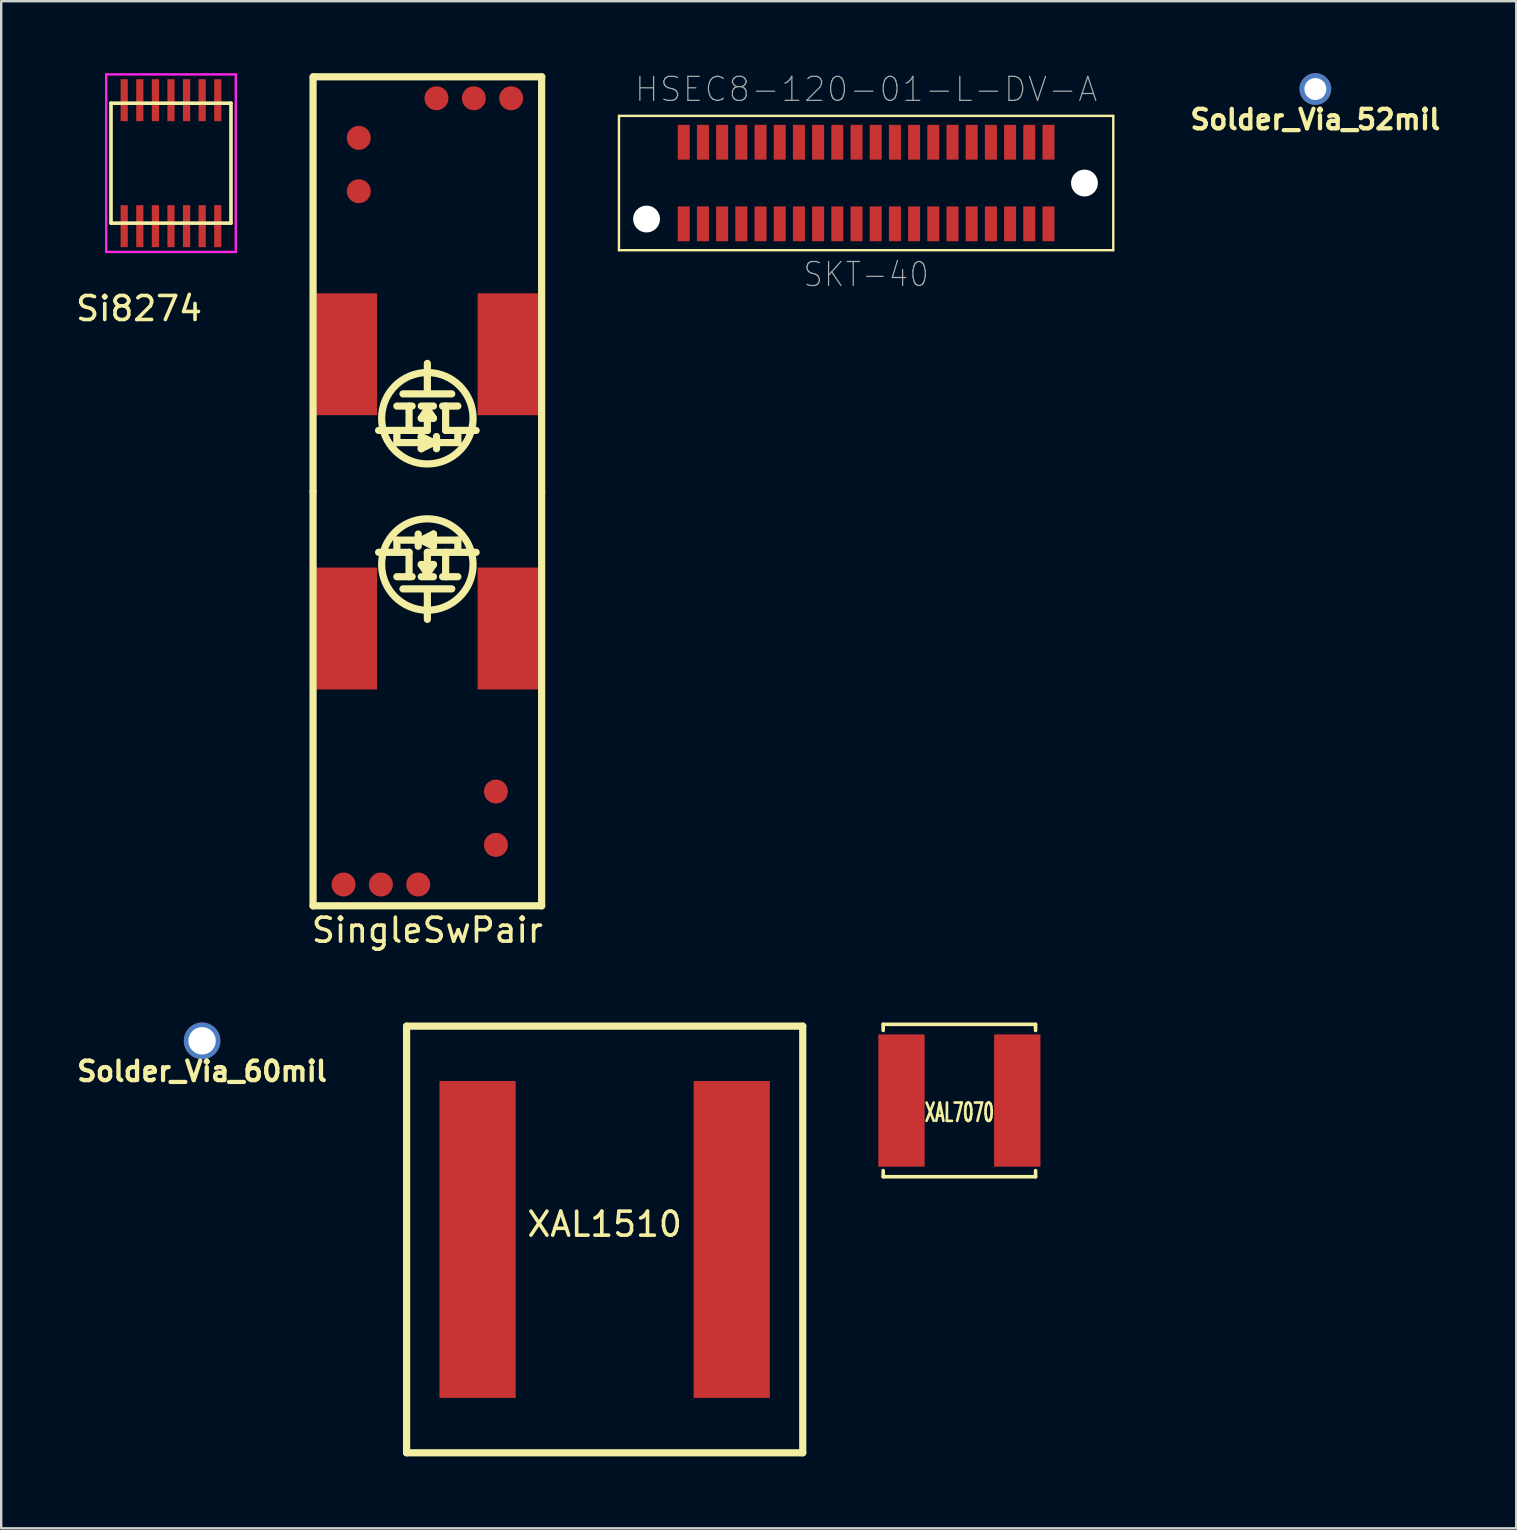
<source format=kicad_pcb>
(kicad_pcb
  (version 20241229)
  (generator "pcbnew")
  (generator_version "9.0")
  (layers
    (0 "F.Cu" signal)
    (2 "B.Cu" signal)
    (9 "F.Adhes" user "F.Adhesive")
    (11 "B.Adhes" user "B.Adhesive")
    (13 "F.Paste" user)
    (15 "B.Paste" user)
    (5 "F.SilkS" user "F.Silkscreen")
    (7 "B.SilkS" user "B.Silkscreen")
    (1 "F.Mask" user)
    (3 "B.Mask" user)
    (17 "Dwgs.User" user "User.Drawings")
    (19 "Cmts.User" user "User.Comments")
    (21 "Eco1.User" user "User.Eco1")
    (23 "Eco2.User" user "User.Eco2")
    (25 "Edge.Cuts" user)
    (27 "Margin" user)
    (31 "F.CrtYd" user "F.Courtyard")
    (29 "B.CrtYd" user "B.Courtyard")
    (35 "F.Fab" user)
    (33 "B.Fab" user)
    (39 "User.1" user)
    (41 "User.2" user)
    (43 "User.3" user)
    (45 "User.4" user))
  (footprint "Si8274"
    (layer "F.Cu")
    (at 1.576 1.25)
    (property "Reference" "Si8274" (at 1.168 8.56 0) (layer "F.SilkS") (effects (font (size 1 1) (thickness 0.15))))
    (attr through_hole)
    (fp_line (start 0 0) (end 0 5) (stroke (width 0.15) (type solid)) (layer "F.SilkS"))
    (fp_line (start 0 0) (end 5 0) (stroke (width 0.15) (type solid)) (layer "F.SilkS"))
    (fp_line (start 0 5) (end 5 5) (stroke (width 0.15) (type solid)) (layer "F.SilkS"))
    (fp_line (start 5 0) (end 5 5) (stroke (width 0.15) (type solid)) (layer "F.SilkS"))
    (fp_line (start -0.2 -1.2) (end -0.2 6.2) (stroke (width 0.1) (type solid)) (layer "F.CrtYd"))
    (fp_line (start -0.2 -1.2) (end 5.2 -1.2) (stroke (width 0.1) (type solid)) (layer "F.CrtYd"))
    (fp_line (start -0.2 6.2) (end 5.2 6.2) (stroke (width 0.1) (type solid)) (layer "F.CrtYd"))
    (fp_line (start 5.2 -1.2) (end 5.2 6.2) (stroke (width 0.1) (type solid)) (layer "F.CrtYd"))
    (pad "1" smd rect (at 0.55 5.125) (size 0.3 1.75) (layers "F.Cu" "F.Mask" "F.Paste"))
    (pad "2" smd rect (at 1.2 5.125) (size 0.3 1.75) (layers "F.Cu" "F.Mask" "F.Paste"))
    (pad "3" smd rect (at 1.85 5.125) (size 0.3 1.75) (layers "F.Cu" "F.Mask" "F.Paste"))
    (pad "4" smd rect (at 2.5 5.125) (size 0.3 1.75) (layers "F.Cu" "F.Mask" "F.Paste"))
    (pad "5" smd rect (at 3.15 5.125) (size 0.3 1.75) (layers "F.Cu" "F.Mask" "F.Paste"))
    (pad "6" smd rect (at 3.8 5.125) (size 0.3 1.75) (layers "F.Cu" "F.Mask" "F.Paste"))
    (pad "7" smd rect (at 4.45 5.125) (size 0.3 1.75) (layers "F.Cu" "F.Mask" "F.Paste"))
    (pad "8" smd rect (at 4.45 -0.125) (size 0.3 1.75) (layers "F.Cu" "F.Mask" "F.Paste"))
    (pad "9" smd rect (at 3.8 -0.125) (size 0.3 1.75) (layers "F.Cu" "F.Mask" "F.Paste"))
    (pad "10" smd rect (at 3.15 -0.125) (size 0.3 1.75) (layers "F.Cu" "F.Mask" "F.Paste"))
    (pad "11" smd rect (at 2.5 -0.125) (size 0.3 1.75) (layers "F.Cu" "F.Mask" "F.Paste"))
    (pad "12" smd rect (at 1.85 -0.125) (size 0.3 1.75) (layers "F.Cu" "F.Mask" "F.Paste"))
    (pad "13" smd rect (at 1.2 -0.125) (size 0.3 1.75) (layers "F.Cu" "F.Mask" "F.Paste"))
    (pad "14" smd rect (at 0.55 -0.125) (size 0.3 1.75) (layers "F.Cu" "F.Mask" "F.Paste")))
  (footprint "Solder_Via_60mil"
    (layer "F.Cu")
    (at 5.372 40.326)
    (property "Reference" "Solder_Via_60mil" (at 0 1.27 0) (layer "F.SilkS") (effects (font (size 0.813 0.813) (thickness 0.178))))
    (attr through_hole)
    (pad "1" thru_hole circle (at 0 0) (size 1.524 1.524) (drill 1.143) (layers "*.Cu" "*.Mask")))
  (footprint "Solder_Via_52mil"
    (layer "F.Cu")
    (at 51.767 0.66)
    (property "Reference" "Solder_Via_52mil" (at 0 1.27 0) (layer "F.SilkS") (effects (font (size 0.813 0.813) (thickness 0.178))))
    (attr through_hole)
    (pad "1" thru_hole circle (at 0 0) (size 1.321 1.321) (drill 0.914) (layers "*.Cu" "*.Mask")))
  (footprint "SKT-40"
    (layer "F.Cu")
    (at 33.045 4.578)
    (property "Reference" "SKT-40" (at 0 3.81 0) (layer "F.Fab") (effects (font (size 1 0.9) (thickness 0.05))))
    (attr smd)
    (fp_line (start -10.3 -2.8) (end -10.3 2.8) (stroke (width 0.1) (type solid)) (layer "F.SilkS"))
    (fp_line (start -10.3 2.8) (end 10.3 2.8) (stroke (width 0.1) (type solid)) (layer "F.SilkS"))
    (fp_line (start 10.3 -2.8) (end -10.3 -2.8) (stroke (width 0.1) (type solid)) (layer "F.SilkS"))
    (fp_line (start 10.3 2.8) (end 10.3 -2.8) (stroke (width 0.1) (type solid)) (layer "F.SilkS"))
    (fp_text user "HSEC8-120-01-L-DV-A" (at 0 -3.906 0) (layer "F.Fab") (effects (font (size 1 1) (thickness 0.05))))
    (pad "" np_thru_hole circle (at -9.15 1.5) (size 1.12 1.12) (drill 1.12) (layers "*.Cu" "*.Mask"))
    (pad "" np_thru_hole circle (at 9.1 0) (size 1.12 1.12) (drill 1.12) (layers "*.Cu" "*.Mask"))
    (pad "1" smd rect (at -7.6 -1.7 180) (size 0.5 1.45) (layers "F.Cu" "F.Mask" "F.Paste"))
    (pad "2" smd rect (at -7.6 1.7 180) (size 0.5 1.45) (layers "F.Cu" "F.Mask" "F.Paste"))
    (pad "3" smd rect (at -6.8 -1.7 180) (size 0.5 1.45) (layers "F.Cu" "F.Mask" "F.Paste"))
    (pad "4" smd rect (at -6.8 1.7 180) (size 0.5 1.45) (layers "F.Cu" "F.Mask" "F.Paste"))
    (pad "5" smd rect (at -6 -1.7 180) (size 0.5 1.45) (layers "F.Cu" "F.Mask" "F.Paste"))
    (pad "6" smd rect (at -6 1.7 180) (size 0.5 1.45) (layers "F.Cu" "F.Mask" "F.Paste"))
    (pad "7" smd rect (at -5.2 -1.7 180) (size 0.5 1.45) (layers "F.Cu" "F.Mask" "F.Paste"))
    (pad "8" smd rect (at -5.2 1.7 180) (size 0.5 1.45) (layers "F.Cu" "F.Mask" "F.Paste"))
    (pad "9" smd rect (at -4.4 -1.7 180) (size 0.5 1.45) (layers "F.Cu" "F.Mask" "F.Paste"))
    (pad "10" smd rect (at -4.4 1.7 180) (size 0.5 1.45) (layers "F.Cu" "F.Mask" "F.Paste"))
    (pad "11" smd rect (at -3.6 -1.7 180) (size 0.5 1.45) (layers "F.Cu" "F.Mask" "F.Paste"))
    (pad "12" smd rect (at -3.6 1.7 180) (size 0.5 1.45) (layers "F.Cu" "F.Mask" "F.Paste"))
    (pad "13" smd rect (at -2.8 -1.7 180) (size 0.5 1.45) (layers "F.Cu" "F.Mask" "F.Paste"))
    (pad "14" smd rect (at -2.8 1.7 180) (size 0.5 1.45) (layers "F.Cu" "F.Mask" "F.Paste"))
    (pad "15" smd rect (at -2 -1.7 180) (size 0.5 1.45) (layers "F.Cu" "F.Mask" "F.Paste"))
    (pad "16" smd rect (at -2 1.7 180) (size 0.5 1.45) (layers "F.Cu" "F.Mask" "F.Paste"))
    (pad "17" smd rect (at -1.2 -1.7 180) (size 0.5 1.45) (layers "F.Cu" "F.Mask" "F.Paste"))
    (pad "18" smd rect (at -1.2 1.7 180) (size 0.5 1.45) (layers "F.Cu" "F.Mask" "F.Paste"))
    (pad "19" smd rect (at -0.4 -1.7 180) (size 0.5 1.45) (layers "F.Cu" "F.Mask" "F.Paste"))
    (pad "20" smd rect (at -0.4 1.7 180) (size 0.5 1.45) (layers "F.Cu" "F.Mask" "F.Paste"))
    (pad "21" smd rect (at 0.4 -1.7 180) (size 0.5 1.45) (layers "F.Cu" "F.Mask" "F.Paste"))
    (pad "22" smd rect (at 0.4 1.7 180) (size 0.5 1.45) (layers "F.Cu" "F.Mask" "F.Paste"))
    (pad "23" smd rect (at 1.2 -1.7 180) (size 0.5 1.45) (layers "F.Cu" "F.Mask" "F.Paste"))
    (pad "24" smd rect (at 1.2 1.7 180) (size 0.5 1.45) (layers "F.Cu" "F.Mask" "F.Paste"))
    (pad "25" smd rect (at 2 -1.7 180) (size 0.5 1.45) (layers "F.Cu" "F.Mask" "F.Paste"))
    (pad "26" smd rect (at 2 1.7 180) (size 0.5 1.45) (layers "F.Cu" "F.Mask" "F.Paste"))
    (pad "27" smd rect (at 2.8 -1.7 180) (size 0.5 1.45) (layers "F.Cu" "F.Mask" "F.Paste"))
    (pad "28" smd rect (at 2.8 1.7 180) (size 0.5 1.45) (layers "F.Cu" "F.Mask" "F.Paste"))
    (pad "29" smd rect (at 3.6 -1.7 180) (size 0.5 1.45) (layers "F.Cu" "F.Mask" "F.Paste"))
    (pad "30" smd rect (at 3.6 1.7 180) (size 0.5 1.45) (layers "F.Cu" "F.Mask" "F.Paste"))
    (pad "31" smd rect (at 4.4 -1.7 180) (size 0.5 1.45) (layers "F.Cu" "F.Mask" "F.Paste"))
    (pad "32" smd rect (at 4.4 1.7 180) (size 0.5 1.45) (layers "F.Cu" "F.Mask" "F.Paste"))
    (pad "33" smd rect (at 5.2 -1.7 180) (size 0.5 1.45) (layers "F.Cu" "F.Mask" "F.Paste"))
    (pad "34" smd rect (at 5.2 1.7 180) (size 0.5 1.45) (layers "F.Cu" "F.Mask" "F.Paste"))
    (pad "35" smd rect (at 6 -1.7 180) (size 0.5 1.45) (layers "F.Cu" "F.Mask" "F.Paste"))
    (pad "36" smd rect (at 6 1.7 180) (size 0.5 1.45) (layers "F.Cu" "F.Mask" "F.Paste"))
    (pad "37" smd rect (at 6.8 -1.7 180) (size 0.5 1.45) (layers "F.Cu" "F.Mask" "F.Paste"))
    (pad "38" smd rect (at 6.8 1.7 180) (size 0.5 1.45) (layers "F.Cu" "F.Mask" "F.Paste"))
    (pad "39" smd rect (at 7.6 -1.7 180) (size 0.5 1.45) (layers "F.Cu" "F.Mask" "F.Paste"))
    (pad "40" smd rect (at 7.6 1.7 180) (size 0.5 1.45) (layers "F.Cu" "F.Mask" "F.Paste")))
  (footprint "XAL1510"
    (layer "F.Cu")
    (at 22.149 48.604)
    (property "Reference" "XAL1510" (at 0 -0.635 0) (layer "F.SilkS") (effects (font (size 1 1) (thickness 0.15))))
    (attr through_hole)
    (fp_line (start -8.255 -8.89) (end -8.255 8.89) (stroke (width 0.3) (type solid)) (layer "F.SilkS"))
    (fp_line (start -8.255 -8.89) (end 8.255 -8.89) (stroke (width 0.3) (type solid)) (layer "F.SilkS"))
    (fp_line (start -8.255 8.89) (end 8.255 8.89) (stroke (width 0.3) (type solid)) (layer "F.SilkS"))
    (fp_line (start 8.255 -8.89) (end 8.255 8.89) (stroke (width 0.3) (type solid)) (layer "F.SilkS"))
    (pad "1" smd rect (at -5.296 0 180) (size 3.175 13.208) (layers "F.Cu" "F.Mask" "F.Paste"))
    (pad "2" smd rect (at 5.296 0 180) (size 3.175 13.208) (layers "F.Cu" "F.Mask" "F.Paste")))
  (footprint "SingleSwPair"
    (layer "F.Cu")
    (at 14.76 17.428)
    (property "Reference" "SingleSwPair" (at 0 18.288 0) (layer "F.SilkS") (effects (font (size 1 1) (thickness 0.15))))
    (attr through_hole)
    (fp_line (start -4.763 -17.272) (end -4.763 0) (stroke (width 0.3) (type solid)) (layer "F.SilkS"))
    (fp_line (start -4.763 0) (end -4.763 17.272) (stroke (width 0.3) (type solid)) (layer "F.SilkS"))
    (fp_line (start -4.763 17.272) (end 4.763 17.272) (stroke (width 0.3) (type solid)) (layer "F.SilkS"))
    (fp_line (start -1.27 -3.556) (end -0.635 -3.556) (stroke (width 0.3) (type solid)) (layer "F.SilkS"))
    (fp_line (start -1.27 -2.54) (end -1.27 -2.032) (stroke (width 0.3) (type solid)) (layer "F.SilkS"))
    (fp_line (start -1.27 -2.032) (end 1.27 -2.032) (stroke (width 0.3) (type solid)) (layer "F.SilkS"))
    (fp_line (start -1.27 2.032) (end -1.27 2.54) (stroke (width 0.3) (type solid)) (layer "F.SilkS"))
    (fp_line (start -1.016 -4.064) (end 1.016 -4.064) (stroke (width 0.3) (type solid)) (layer "F.SilkS"))
    (fp_line (start -0.762 -3.556) (end -0.762 -2.54) (stroke (width 0.3) (type solid)) (layer "F.SilkS"))
    (fp_line (start -0.762 2.54) (end -2.032 2.54) (stroke (width 0.3) (type solid)) (layer "F.SilkS"))
    (fp_line (start -0.762 3.556) (end -0.762 2.54) (stroke (width 0.3) (type solid)) (layer "F.SilkS"))
    (fp_line (start -0.635 3.556) (end -1.27 3.556) (stroke (width 0.3) (type solid)) (layer "F.SilkS"))
    (fp_line (start -0.381 1.778) (end -0.381 2.286) (stroke (width 0.3) (type solid)) (layer "F.SilkS"))
    (fp_line (start -0.254 -3.556) (end 0.254 -3.556) (stroke (width 0.3) (type solid)) (layer "F.SilkS"))
    (fp_line (start -0.254 -3.048) (end 0.254 -3.048) (stroke (width 0.3) (type solid)) (layer "F.SilkS"))
    (fp_line (start -0.254 -2.286) (end 0.254 -2.032) (stroke (width 0.3) (type solid)) (layer "F.SilkS"))
    (fp_line (start -0.254 -1.778) (end -0.254 -2.286) (stroke (width 0.3) (type solid)) (layer "F.SilkS"))
    (fp_line (start -0.254 2.032) (end 0.254 1.778) (stroke (width 0.3) (type solid)) (layer "F.SilkS"))
    (fp_line (start -0.254 3.048) (end 0 3.429) (stroke (width 0.3) (type solid)) (layer "F.SilkS"))
    (fp_line (start 0 -5.334) (end 0 -4.191) (stroke (width 0.3) (type solid)) (layer "F.SilkS"))
    (fp_line (start 0 -3.429) (end -0.254 -3.048) (stroke (width 0.3) (type solid)) (layer "F.SilkS"))
    (fp_line (start 0 -2.54) (end -2.032 -2.54) (stroke (width 0.3) (type solid)) (layer "F.SilkS"))
    (fp_line (start 0 -2.54) (end 0 -3.429) (stroke (width 0.3) (type solid)) (layer "F.SilkS"))
    (fp_line (start 0 2.54) (end 0 3.429) (stroke (width 0.3) (type solid)) (layer "F.SilkS"))
    (fp_line (start 0 2.54) (end 2.032 2.54) (stroke (width 0.3) (type solid)) (layer "F.SilkS"))
    (fp_line (start 0 3.429) (end 0.254 3.048) (stroke (width 0.3) (type solid)) (layer "F.SilkS"))
    (fp_line (start 0 5.334) (end 0 4.191) (stroke (width 0.3) (type solid)) (layer "F.SilkS"))
    (fp_line (start 0.254 -3.048) (end 0 -3.429) (stroke (width 0.3) (type solid)) (layer "F.SilkS"))
    (fp_line (start 0.254 -2.032) (end -0.254 -1.778) (stroke (width 0.3) (type solid)) (layer "F.SilkS"))
    (fp_line (start 0.254 1.778) (end 0.254 2.286) (stroke (width 0.3) (type solid)) (layer "F.SilkS"))
    (fp_line (start 0.254 2.286) (end -0.254 2.032) (stroke (width 0.3) (type solid)) (layer "F.SilkS"))
    (fp_line (start 0.254 3.048) (end -0.254 3.048) (stroke (width 0.3) (type solid)) (layer "F.SilkS"))
    (fp_line (start 0.254 3.556) (end -0.254 3.556) (stroke (width 0.3) (type solid)) (layer "F.SilkS"))
    (fp_line (start 0.381 -1.778) (end 0.381 -2.286) (stroke (width 0.3) (type solid)) (layer "F.SilkS"))
    (fp_line (start 0.635 -3.556) (end 1.27 -3.556) (stroke (width 0.3) (type solid)) (layer "F.SilkS"))
    (fp_line (start 0.762 -3.556) (end 0.762 -2.54) (stroke (width 0.3) (type solid)) (layer "F.SilkS"))
    (fp_line (start 0.762 -2.54) (end 2.032 -2.54) (stroke (width 0.3) (type solid)) (layer "F.SilkS"))
    (fp_line (start 0.762 3.556) (end 0.762 2.54) (stroke (width 0.3) (type solid)) (layer "F.SilkS"))
    (fp_line (start 1.016 4.064) (end -1.016 4.064) (stroke (width 0.3) (type solid)) (layer "F.SilkS"))
    (fp_line (start 1.27 -2.032) (end 1.27 -2.54) (stroke (width 0.3) (type solid)) (layer "F.SilkS"))
    (fp_line (start 1.27 2.032) (end -1.27 2.032) (stroke (width 0.3) (type solid)) (layer "F.SilkS"))
    (fp_line (start 1.27 2.54) (end 1.27 2.032) (stroke (width 0.3) (type solid)) (layer "F.SilkS"))
    (fp_line (start 1.27 3.556) (end 0.635 3.556) (stroke (width 0.3) (type solid)) (layer "F.SilkS"))
    (fp_line (start 4.763 0) (end 4.763 -17.272) (stroke (width 0.3) (type solid)) (layer "F.SilkS"))
    (fp_line (start 4.763 17.272) (end 4.763 0) (stroke (width 0.3) (type solid)) (layer "F.SilkS"))
    (fp_line (start 4.769 -17.278) (end -4.756 -17.278) (stroke (width 0.3) (type solid)) (layer "F.SilkS"))
    (fp_circle (center 0 -3.048) (end 1.524 -4.191) (stroke (width 0.3) (type solid)) (fill no) (layer "F.SilkS"))
    (fp_circle (center 0 3.048) (end -1.524 4.191) (stroke (width 0.3) (type solid)) (fill no) (layer "F.SilkS"))
    (pad "D_B" smd rect (at -3.365 5.715) (size 2.54 5.08) (layers "F.Cu" "F.Mask" "F.Paste"))
    (pad "D_T" smd rect (at 3.365 -5.715 180) (size 2.54 5.08) (layers "F.Cu" "F.Mask" "F.Paste"))
    (pad "GNDB" smd circle (at -1.937 16.383) (size 1 1) (layers "F.Cu" "F.Mask" "F.Paste"))
    (pad "GNDT" smd circle (at 1.937 -16.383 180) (size 1 1) (layers "F.Cu" "F.Mask" "F.Paste"))
    (pad "PWMB" smd circle (at -3.493 16.383) (size 1 1) (layers "F.Cu" "F.Mask" "F.Paste"))
    (pad "PWMT" smd circle (at 3.493 -16.383 180) (size 1 1) (layers "F.Cu" "F.Mask" "F.Paste"))
    (pad "S_B" smd rect (at 3.365 5.715) (size 2.54 5.08) (layers "F.Cu" "F.Mask" "F.Paste"))
    (pad "S_T" smd rect (at -3.365 -5.715 180) (size 2.54 5.08) (layers "F.Cu" "F.Mask" "F.Paste"))
    (pad "VBIB" smd circle (at 2.857 12.509) (size 1 1) (layers "F.Cu" "F.Mask" "F.Paste"))
    (pad "VBIT" smd circle (at -2.857 -12.509 180) (size 1 1) (layers "F.Cu" "F.Mask" "F.Paste"))
    (pad "VBOB" smd circle (at 2.857 14.732) (size 1 1) (layers "F.Cu" "F.Mask" "F.Paste"))
    (pad "VBOT" smd circle (at -2.857 -14.732 180) (size 1 1) (layers "F.Cu" "F.Mask" "F.Paste"))
    (pad "VDDB" smd circle (at -0.381 16.383) (size 1 1) (layers "F.Cu" "F.Mask" "F.Paste"))
    (pad "VDDT" smd circle (at 0.381 -16.383 180) (size 1 1) (layers "F.Cu" "F.Mask" "F.Paste")))
  (footprint "XAL7070"
    (layer "F.Cu")
    (at 36.932 42.814)
    (property "Reference" "XAL7070" (at 0 0.5 0) (layer "F.SilkS") (effects (font (size 0.762 0.445) (thickness 0.111))))
    (attr through_hole)
    (fp_line (start -3.175 -3.175) (end -3.175 -2.921) (stroke (width 0.15) (type solid)) (layer "F.SilkS"))
    (fp_line (start -3.175 -3.175) (end 3.175 -3.175) (stroke (width 0.15) (type solid)) (layer "F.SilkS"))
    (fp_line (start -3.175 2.921) (end -3.175 3.175) (stroke (width 0.15) (type solid)) (layer "F.SilkS"))
    (fp_line (start -3.175 3.175) (end 3.175 3.175) (stroke (width 0.15) (type solid)) (layer "F.SilkS"))
    (fp_line (start 3.175 -3.175) (end 3.175 -2.921) (stroke (width 0.15) (type solid)) (layer "F.SilkS"))
    (fp_line (start 3.175 2.921) (end 3.175 3.175) (stroke (width 0.15) (type solid)) (layer "F.SilkS"))
    (pad "1" smd rect (at -2.413 0) (size 1.93 5.512) (layers "F.Cu" "F.Mask" "F.Paste"))
    (pad "2" smd rect (at 2.413 0) (size 1.93 5.512) (layers "F.Cu" "F.Mask" "F.Paste")))
  (gr_rect
    (start -3 -3)
    (end 60.138 60.644)
    (stroke (width 0.1) (type default))
    (fill no)
    (layer "Edge.Cuts")))
</source>
